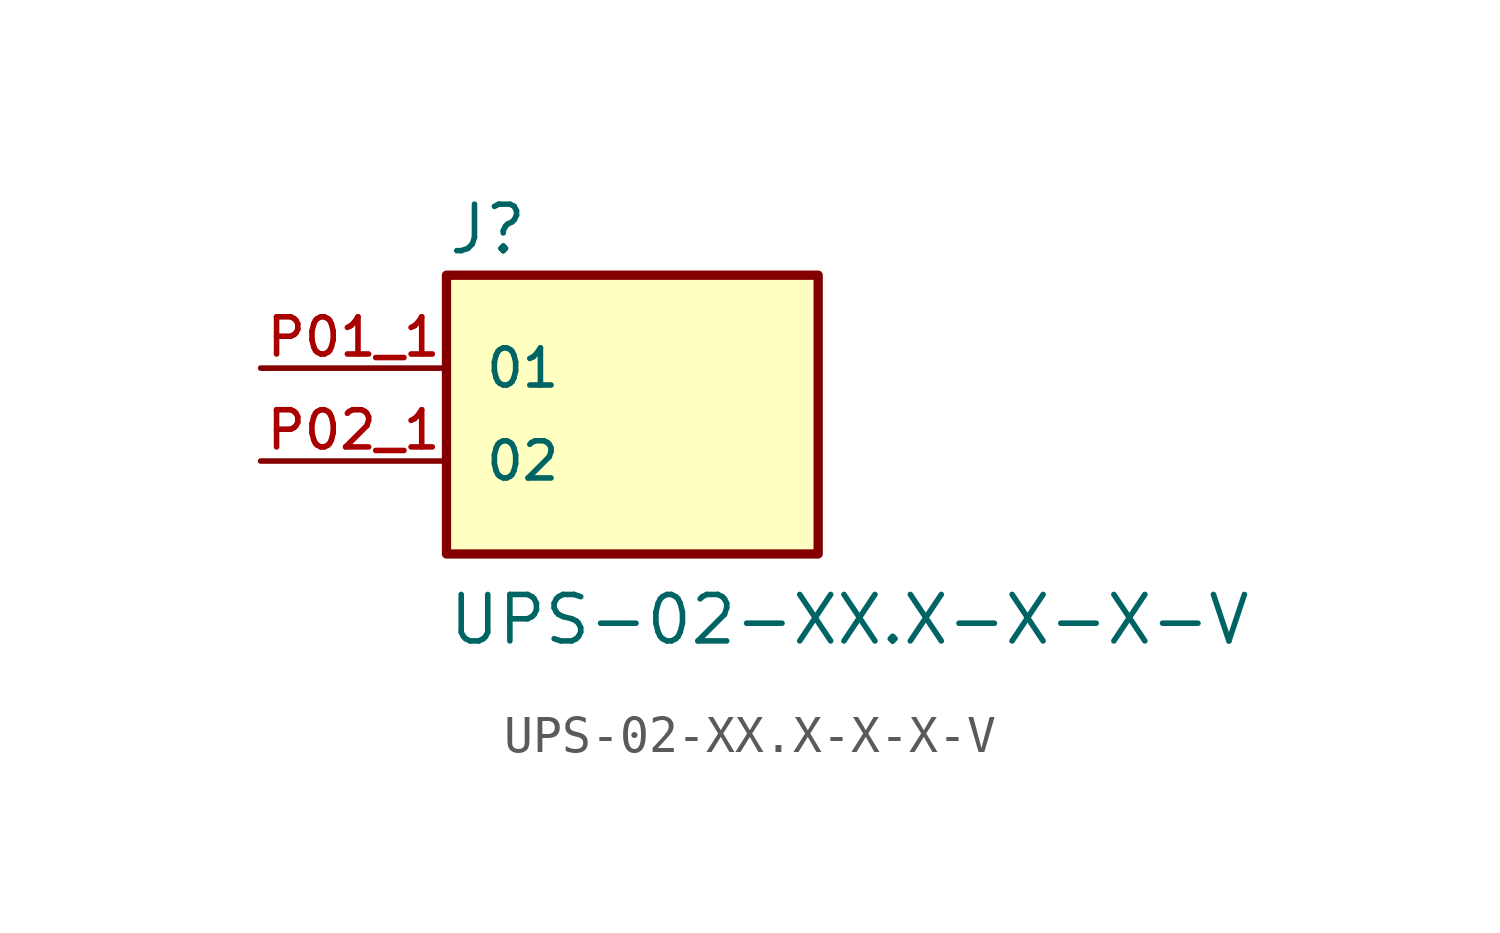
<source format=kicad_sym>
(kicad_symbol_lib
  (version 20211014)
  (generator kicad_symbol_editor)
  (symbol "UPS-02-XX.X-X-X-V"
    (pin_names
      (offset 1.016))
    (property "Reference" "J"
      (at -5.08 3.048 0)
      (effects (font (size 1.27 1.27)) (justify bottom left)))
    (property "Value" "UPS-02-XX.X-X-X-V"
      (at -5.08 -7.62 0)
      (effects (font (size 1.27 1.27)) (justify bottom left)))
    (symbol "UPS-02-XX.X-X-X-V_0_0"
      (rectangle (start -5.08 -5.08) (end 5.08 2.54) (stroke (width 0.254)) (fill (type background)))
      (pin passive line (at -10.16 0.0 0) (length 5.08) (name "01" (effects (font (size 1.016 1.016)))) (number "P01_1" (effects (font (size 1.016 1.016)))))
      (pin passive line (at -10.16 -2.54 0) (length 5.08) (name "02" (effects (font (size 1.016 1.016)))) (number "P02_1" (effects (font (size 1.016 1.016))))))))
</source>
